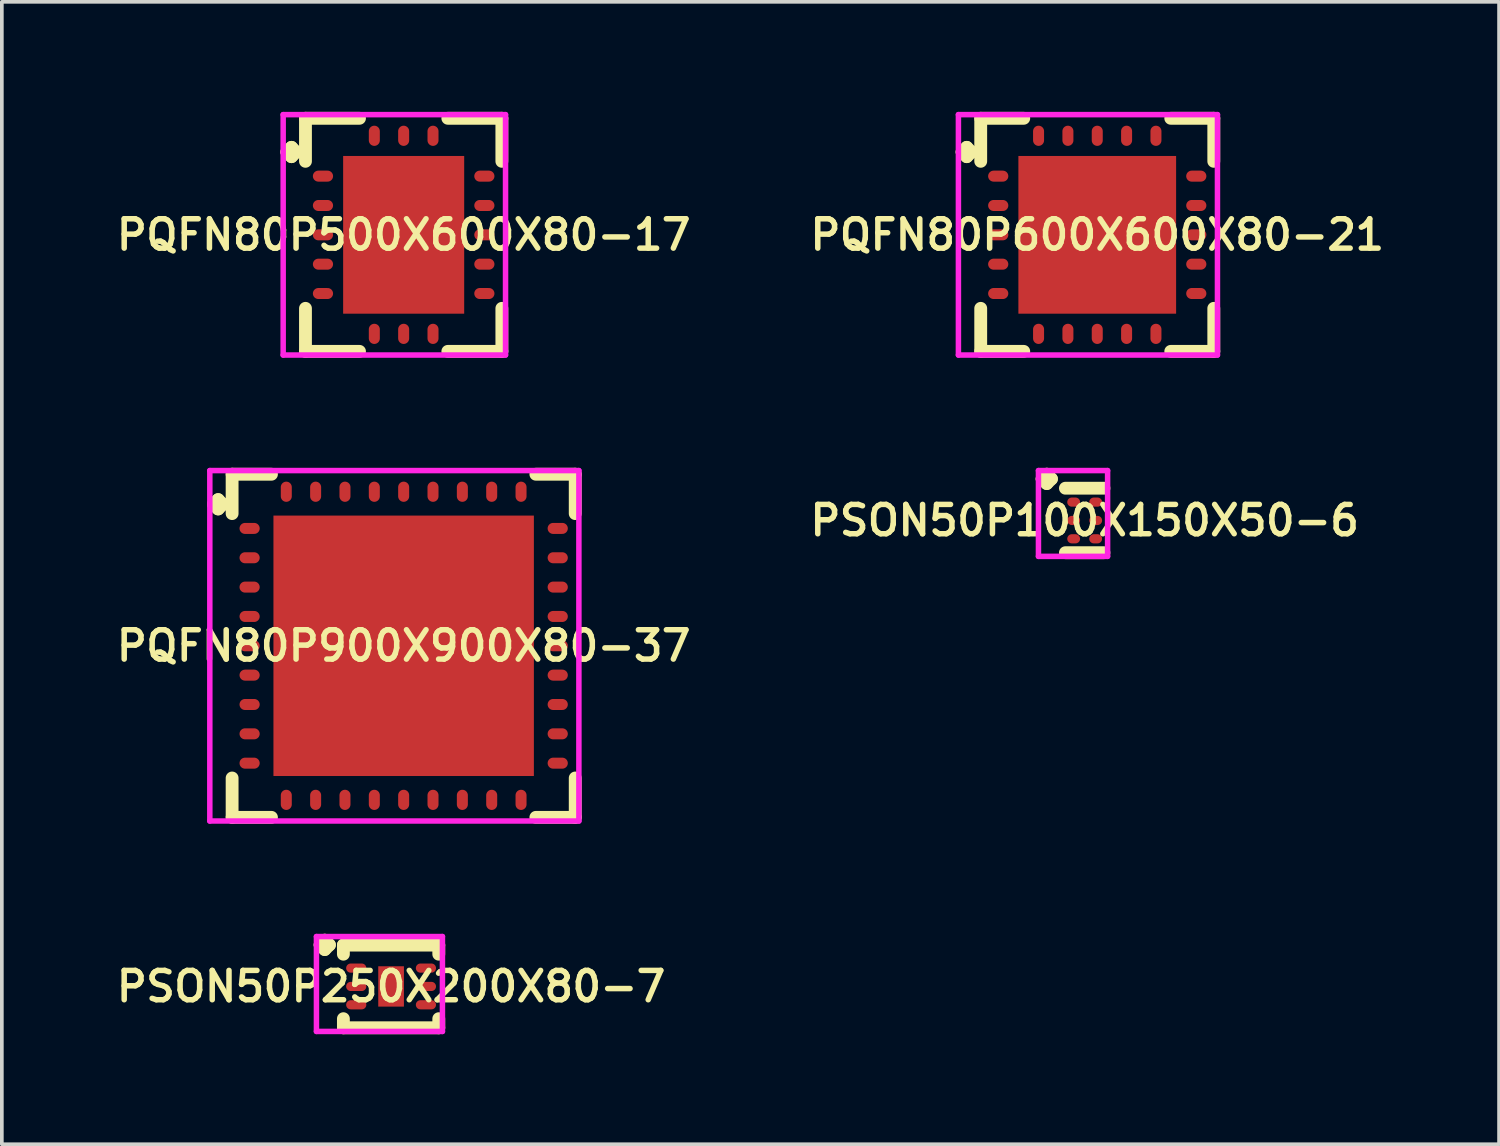
<source format=kicad_pcb>
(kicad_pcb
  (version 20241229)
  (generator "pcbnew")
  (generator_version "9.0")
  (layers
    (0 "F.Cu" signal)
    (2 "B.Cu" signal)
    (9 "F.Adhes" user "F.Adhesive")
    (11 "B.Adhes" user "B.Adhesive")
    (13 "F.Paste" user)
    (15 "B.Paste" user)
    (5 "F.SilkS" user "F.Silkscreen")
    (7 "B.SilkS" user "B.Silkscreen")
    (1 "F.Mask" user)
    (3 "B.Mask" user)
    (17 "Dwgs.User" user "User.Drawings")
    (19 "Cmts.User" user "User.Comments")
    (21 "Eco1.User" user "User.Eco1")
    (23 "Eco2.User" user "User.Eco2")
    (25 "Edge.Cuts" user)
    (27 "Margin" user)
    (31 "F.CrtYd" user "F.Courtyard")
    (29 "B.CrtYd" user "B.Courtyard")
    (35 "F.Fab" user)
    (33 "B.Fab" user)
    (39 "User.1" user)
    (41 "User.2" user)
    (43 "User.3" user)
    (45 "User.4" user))
  (footprint "PSON50P250X200X80-7"
    (layer "F.Cu")
    (at 7.612 23.843)
    (property "Reference" "PSON50P250X200X80-7" (at 0 0 0) (layer "F.SilkS") (effects (font (size 0.8 0.8) (thickness 0.15))))
    (attr through_hole)
    (fp_line (start -1.935 -1.133) (end -1.808 -1.26) (stroke (width 0.35) (type solid)) (layer "F.SilkS"))
    (fp_line (start -1.808 -1.26) (end -1.681 -1.133) (stroke (width 0.35) (type solid)) (layer "F.SilkS"))
    (fp_line (start -1.808 -1.006) (end -1.935 -1.133) (stroke (width 0.35) (type solid)) (layer "F.SilkS"))
    (fp_line (start -1.681 -1.133) (end -1.808 -1.006) (stroke (width 0.35) (type solid)) (layer "F.SilkS"))
    (fp_line (start -1.3 -1.127) (end 1.3 -1.127) (stroke (width 0.35) (type solid)) (layer "F.SilkS"))
    (fp_line (start -1.3 -0.879) (end -1.3 -1.127) (stroke (width 0.35) (type solid)) (layer "F.SilkS"))
    (fp_line (start -1.3 0.879) (end -1.3 1.127) (stroke (width 0.35) (type solid)) (layer "F.SilkS"))
    (fp_line (start -1.3 1.127) (end 1.3 1.127) (stroke (width 0.35) (type solid)) (layer "F.SilkS"))
    (fp_line (start 1.3 -1.127) (end 1.3 -0.879) (stroke (width 0.35) (type solid)) (layer "F.SilkS"))
    (fp_line (start 1.3 1.127) (end 1.3 0.879) (stroke (width 0.35) (type solid)) (layer "F.SilkS"))
    (fp_line (start -2.035 -1.36) (end 1.4 -1.36) (stroke (width 0.15) (type solid)) (layer "F.CrtYd"))
    (fp_line (start -2.035 1.227) (end -2.035 -1.36) (stroke (width 0.15) (type solid)) (layer "F.CrtYd"))
    (fp_line (start 1.4 -1.36) (end 1.4 1.227) (stroke (width 0.15) (type solid)) (layer "F.CrtYd"))
    (fp_line (start 1.4 1.227) (end -2.035 1.227) (stroke (width 0.15) (type solid)) (layer "F.CrtYd"))
    (pad "1" smd oval (at -0.95 -0.5) (size 0.55 0.25) (layers "F.Cu" "F.Mask" "F.Paste"))
    (pad "2" smd oval (at -0.95 0) (size 0.55 0.25) (layers "F.Cu" "F.Mask" "F.Paste"))
    (pad "3" smd oval (at -0.95 0.5) (size 0.55 0.25) (layers "F.Cu" "F.Mask" "F.Paste"))
    (pad "4" smd oval (at 0.95 0.5) (size 0.55 0.25) (layers "F.Cu" "F.Mask" "F.Paste"))
    (pad "5" smd oval (at 0.95 0) (size 0.55 0.25) (layers "F.Cu" "F.Mask" "F.Paste"))
    (pad "6" smd oval (at 0.95 -0.5) (size 0.55 0.25) (layers "F.Cu" "F.Mask" "F.Paste"))
    (pad "7" smd rect (at 0 0) (size 0.7 1.1) (layers "F.Cu" "F.Mask" "F.Paste")))
  (footprint "PQFN80P900X900X80-37"
    (layer "F.Cu")
    (at 7.955 14.556)
    (property "Reference" "PQFN80P900X900X80-37" (at 0 0 0) (layer "F.SilkS") (effects (font (size 0.8 0.8) (thickness 0.15))))
    (attr smd)
    (fp_line (start -5.185 -3.858) (end -5.058 -3.985) (stroke (width 0.35) (type solid)) (layer "F.SilkS"))
    (fp_line (start -5.058 -3.985) (end -4.931 -3.858) (stroke (width 0.35) (type solid)) (layer "F.SilkS"))
    (fp_line (start -5.058 -3.731) (end -5.185 -3.858) (stroke (width 0.35) (type solid)) (layer "F.SilkS"))
    (fp_line (start -4.931 -3.858) (end -5.058 -3.731) (stroke (width 0.35) (type solid)) (layer "F.SilkS"))
    (fp_line (start -4.677 -4.677) (end -3.604 -4.677) (stroke (width 0.35) (type solid)) (layer "F.SilkS"))
    (fp_line (start -4.677 -3.604) (end -4.677 -4.677) (stroke (width 0.35) (type solid)) (layer "F.SilkS"))
    (fp_line (start -4.677 3.604) (end -4.677 4.677) (stroke (width 0.35) (type solid)) (layer "F.SilkS"))
    (fp_line (start -4.677 4.677) (end -3.604 4.677) (stroke (width 0.35) (type solid)) (layer "F.SilkS"))
    (fp_line (start 3.604 -4.677) (end 4.677 -4.677) (stroke (width 0.35) (type solid)) (layer "F.SilkS"))
    (fp_line (start 3.604 4.677) (end 4.677 4.677) (stroke (width 0.35) (type solid)) (layer "F.SilkS"))
    (fp_line (start 4.677 -4.677) (end 4.677 -3.604) (stroke (width 0.35) (type solid)) (layer "F.SilkS"))
    (fp_line (start 4.677 4.677) (end 4.677 3.604) (stroke (width 0.35) (type solid)) (layer "F.SilkS"))
    (fp_line (start -5.285 -4.777) (end 4.777 -4.777) (stroke (width 0.15) (type solid)) (layer "F.CrtYd"))
    (fp_line (start -5.285 4.777) (end -5.285 -4.777) (stroke (width 0.15) (type solid)) (layer "F.CrtYd"))
    (fp_line (start 4.777 -4.777) (end 4.777 4.777) (stroke (width 0.15) (type solid)) (layer "F.CrtYd"))
    (fp_line (start 4.777 4.777) (end -5.285 4.777) (stroke (width 0.15) (type solid)) (layer "F.CrtYd"))
    (pad "1" smd oval (at -4.2 -3.2) (size 0.55 0.3) (layers "F.Cu" "F.Mask" "F.Paste"))
    (pad "2" smd oval (at -4.2 -2.4) (size 0.55 0.3) (layers "F.Cu" "F.Mask" "F.Paste"))
    (pad "3" smd oval (at -4.2 -1.6) (size 0.55 0.3) (layers "F.Cu" "F.Mask" "F.Paste"))
    (pad "4" smd oval (at -4.2 -0.8) (size 0.55 0.3) (layers "F.Cu" "F.Mask" "F.Paste"))
    (pad "5" smd oval (at -4.2 0) (size 0.55 0.3) (layers "F.Cu" "F.Mask" "F.Paste"))
    (pad "6" smd oval (at -4.2 0.8) (size 0.55 0.3) (layers "F.Cu" "F.Mask" "F.Paste"))
    (pad "7" smd oval (at -4.2 1.6) (size 0.55 0.3) (layers "F.Cu" "F.Mask" "F.Paste"))
    (pad "8" smd oval (at -4.2 2.4) (size 0.55 0.3) (layers "F.Cu" "F.Mask" "F.Paste"))
    (pad "9" smd oval (at -4.2 3.2) (size 0.55 0.3) (layers "F.Cu" "F.Mask" "F.Paste"))
    (pad "10" smd oval (at -3.2 4.2) (size 0.3 0.55) (layers "F.Cu" "F.Mask" "F.Paste"))
    (pad "11" smd oval (at -2.4 4.2) (size 0.3 0.55) (layers "F.Cu" "F.Mask" "F.Paste"))
    (pad "12" smd oval (at -1.6 4.2) (size 0.3 0.55) (layers "F.Cu" "F.Mask" "F.Paste"))
    (pad "13" smd oval (at -0.8 4.2) (size 0.3 0.55) (layers "F.Cu" "F.Mask" "F.Paste"))
    (pad "14" smd oval (at 0 4.2) (size 0.3 0.55) (layers "F.Cu" "F.Mask" "F.Paste"))
    (pad "15" smd oval (at 0.8 4.2) (size 0.3 0.55) (layers "F.Cu" "F.Mask" "F.Paste"))
    (pad "16" smd oval (at 1.6 4.2) (size 0.3 0.55) (layers "F.Cu" "F.Mask" "F.Paste"))
    (pad "17" smd oval (at 2.4 4.2) (size 0.3 0.55) (layers "F.Cu" "F.Mask" "F.Paste"))
    (pad "18" smd oval (at 3.2 4.2) (size 0.3 0.55) (layers "F.Cu" "F.Mask" "F.Paste"))
    (pad "19" smd oval (at 4.2 3.2) (size 0.55 0.3) (layers "F.Cu" "F.Mask" "F.Paste"))
    (pad "20" smd oval (at 4.2 2.4) (size 0.55 0.3) (layers "F.Cu" "F.Mask" "F.Paste"))
    (pad "21" smd oval (at 4.2 1.6) (size 0.55 0.3) (layers "F.Cu" "F.Mask" "F.Paste"))
    (pad "22" smd oval (at 4.2 0.8) (size 0.55 0.3) (layers "F.Cu" "F.Mask" "F.Paste"))
    (pad "23" smd oval (at 4.2 0) (size 0.55 0.3) (layers "F.Cu" "F.Mask" "F.Paste"))
    (pad "24" smd oval (at 4.2 -0.8) (size 0.55 0.3) (layers "F.Cu" "F.Mask" "F.Paste"))
    (pad "25" smd oval (at 4.2 -1.6) (size 0.55 0.3) (layers "F.Cu" "F.Mask" "F.Paste"))
    (pad "26" smd oval (at 4.2 -2.4) (size 0.55 0.3) (layers "F.Cu" "F.Mask" "F.Paste"))
    (pad "27" smd oval (at 4.2 -3.2) (size 0.55 0.3) (layers "F.Cu" "F.Mask" "F.Paste"))
    (pad "28" smd oval (at 3.2 -4.2) (size 0.3 0.55) (layers "F.Cu" "F.Mask" "F.Paste"))
    (pad "29" smd oval (at 2.4 -4.2) (size 0.3 0.55) (layers "F.Cu" "F.Mask" "F.Paste"))
    (pad "30" smd oval (at 1.6 -4.2) (size 0.3 0.55) (layers "F.Cu" "F.Mask" "F.Paste"))
    (pad "31" smd oval (at 0.8 -4.2) (size 0.3 0.55) (layers "F.Cu" "F.Mask" "F.Paste"))
    (pad "32" smd oval (at 0 -4.2) (size 0.3 0.55) (layers "F.Cu" "F.Mask" "F.Paste"))
    (pad "33" smd oval (at -0.8 -4.2) (size 0.3 0.55) (layers "F.Cu" "F.Mask" "F.Paste"))
    (pad "34" smd oval (at -1.6 -4.2) (size 0.3 0.55) (layers "F.Cu" "F.Mask" "F.Paste"))
    (pad "35" smd oval (at -2.4 -4.2) (size 0.3 0.55) (layers "F.Cu" "F.Mask" "F.Paste"))
    (pad "36" smd oval (at -3.2 -4.2) (size 0.3 0.55) (layers "F.Cu" "F.Mask" "F.Paste"))
    (pad "37" smd rect (at 0 0) (size 7.1 7.1) (layers "F.Cu" "F.Mask" "F.Paste")))
  (footprint "PSON50P100X150X50-6"
    (layer "F.Cu")
    (at 26.521 11.139)
    (property "Reference" "PSON50P100X150X50-6" (at 0 0 0) (layer "F.SilkS") (effects (font (size 0.8 0.8) (thickness 0.15))))
    (attr smd)
    (fp_line (start -1.16 -1.133) (end -1.033 -1.26) (stroke (width 0.35) (type solid)) (layer "F.SilkS"))
    (fp_line (start -1.033 -1.26) (end -0.906 -1.133) (stroke (width 0.35) (type solid)) (layer "F.SilkS"))
    (fp_line (start -1.033 -1.006) (end -1.16 -1.133) (stroke (width 0.35) (type solid)) (layer "F.SilkS"))
    (fp_line (start -0.906 -1.133) (end -1.033 -1.006) (stroke (width 0.35) (type solid)) (layer "F.SilkS"))
    (fp_line (start -0.525 -0.879) (end 0.525 -0.879) (stroke (width 0.35) (type solid)) (layer "F.SilkS"))
    (fp_line (start -0.525 0.879) (end 0.525 0.879) (stroke (width 0.35) (type solid)) (layer "F.SilkS"))
    (fp_line (start -1.26 -1.36) (end 0.625 -1.36) (stroke (width 0.15) (type solid)) (layer "F.CrtYd"))
    (fp_line (start -1.26 0.979) (end -1.26 -1.36) (stroke (width 0.15) (type solid)) (layer "F.CrtYd"))
    (fp_line (start 0.625 -1.36) (end 0.625 0.979) (stroke (width 0.15) (type solid)) (layer "F.CrtYd"))
    (fp_line (start 0.625 0.979) (end -1.26 0.979) (stroke (width 0.15) (type solid)) (layer "F.CrtYd"))
    (pad "1" smd oval (at -0.3 -0.5) (size 0.35 0.25) (layers "F.Cu" "F.Mask" "F.Paste"))
    (pad "2" smd oval (at -0.3 0) (size 0.35 0.25) (layers "F.Cu" "F.Mask" "F.Paste"))
    (pad "3" smd oval (at -0.3 0.5) (size 0.35 0.25) (layers "F.Cu" "F.Mask" "F.Paste"))
    (pad "4" smd oval (at 0.3 0.5) (size 0.35 0.25) (layers "F.Cu" "F.Mask" "F.Paste"))
    (pad "5" smd oval (at 0.3 0) (size 0.35 0.25) (layers "F.Cu" "F.Mask" "F.Paste"))
    (pad "6" smd oval (at 0.3 -0.5) (size 0.35 0.25) (layers "F.Cu" "F.Mask" "F.Paste")))
  (footprint "PQFN80P500X600X80-17"
    (layer "F.Cu")
    (at 7.955 3.352)
    (property "Reference" "PQFN80P500X600X80-17" (at 0 0 0) (layer "F.SilkS") (effects (font (size 0.8 0.8) (thickness 0.15))))
    (attr smd)
    (fp_line (start -3.185 -2.258) (end -3.058 -2.385) (stroke (width 0.35) (type solid)) (layer "F.SilkS"))
    (fp_line (start -3.058 -2.385) (end -2.931 -2.258) (stroke (width 0.35) (type solid)) (layer "F.SilkS"))
    (fp_line (start -3.058 -2.131) (end -3.185 -2.258) (stroke (width 0.35) (type solid)) (layer "F.SilkS"))
    (fp_line (start -2.931 -2.258) (end -3.058 -2.131) (stroke (width 0.35) (type solid)) (layer "F.SilkS"))
    (fp_line (start -2.677 -3.177) (end -1.204 -3.177) (stroke (width 0.35) (type solid)) (layer "F.SilkS"))
    (fp_line (start -2.677 -2.004) (end -2.677 -3.177) (stroke (width 0.35) (type solid)) (layer "F.SilkS"))
    (fp_line (start -2.677 2.004) (end -2.677 3.177) (stroke (width 0.35) (type solid)) (layer "F.SilkS"))
    (fp_line (start -2.677 3.177) (end -1.204 3.177) (stroke (width 0.35) (type solid)) (layer "F.SilkS"))
    (fp_line (start 1.204 -3.177) (end 2.677 -3.177) (stroke (width 0.35) (type solid)) (layer "F.SilkS"))
    (fp_line (start 1.204 3.177) (end 2.677 3.177) (stroke (width 0.35) (type solid)) (layer "F.SilkS"))
    (fp_line (start 2.677 -3.177) (end 2.677 -2.004) (stroke (width 0.35) (type solid)) (layer "F.SilkS"))
    (fp_line (start 2.677 3.177) (end 2.677 2.004) (stroke (width 0.35) (type solid)) (layer "F.SilkS"))
    (fp_line (start -3.285 -3.277) (end 2.777 -3.277) (stroke (width 0.15) (type solid)) (layer "F.CrtYd"))
    (fp_line (start -3.285 3.277) (end -3.285 -3.277) (stroke (width 0.15) (type solid)) (layer "F.CrtYd"))
    (fp_line (start 2.777 -3.277) (end 2.777 3.277) (stroke (width 0.15) (type solid)) (layer "F.CrtYd"))
    (fp_line (start 2.777 3.277) (end -3.285 3.277) (stroke (width 0.15) (type solid)) (layer "F.CrtYd"))
    (pad "1" smd oval (at -2.2 -1.6) (size 0.55 0.3) (layers "F.Cu" "F.Mask" "F.Paste"))
    (pad "2" smd oval (at -2.2 -0.8) (size 0.55 0.3) (layers "F.Cu" "F.Mask" "F.Paste"))
    (pad "3" smd oval (at -2.2 0) (size 0.55 0.3) (layers "F.Cu" "F.Mask" "F.Paste"))
    (pad "4" smd oval (at -2.2 0.8) (size 0.55 0.3) (layers "F.Cu" "F.Mask" "F.Paste"))
    (pad "5" smd oval (at -2.2 1.6) (size 0.55 0.3) (layers "F.Cu" "F.Mask" "F.Paste"))
    (pad "6" smd oval (at -0.8 2.7) (size 0.3 0.55) (layers "F.Cu" "F.Mask" "F.Paste"))
    (pad "7" smd oval (at 0 2.7) (size 0.3 0.55) (layers "F.Cu" "F.Mask" "F.Paste"))
    (pad "8" smd oval (at 0.8 2.7) (size 0.3 0.55) (layers "F.Cu" "F.Mask" "F.Paste"))
    (pad "9" smd oval (at 2.2 1.6) (size 0.55 0.3) (layers "F.Cu" "F.Mask" "F.Paste"))
    (pad "10" smd oval (at 2.2 0.8) (size 0.55 0.3) (layers "F.Cu" "F.Mask" "F.Paste"))
    (pad "11" smd oval (at 2.2 0) (size 0.55 0.3) (layers "F.Cu" "F.Mask" "F.Paste"))
    (pad "12" smd oval (at 2.2 -0.8) (size 0.55 0.3) (layers "F.Cu" "F.Mask" "F.Paste"))
    (pad "13" smd oval (at 2.2 -1.6) (size 0.55 0.3) (layers "F.Cu" "F.Mask" "F.Paste"))
    (pad "14" smd oval (at 0.8 -2.7) (size 0.3 0.55) (layers "F.Cu" "F.Mask" "F.Paste"))
    (pad "15" smd oval (at 0 -2.7) (size 0.3 0.55) (layers "F.Cu" "F.Mask" "F.Paste"))
    (pad "16" smd oval (at -0.8 -2.7) (size 0.3 0.55) (layers "F.Cu" "F.Mask" "F.Paste"))
    (pad "17" smd rect (at 0 0) (size 3.3 4.3) (layers "F.Cu" "F.Mask" "F.Paste")))
  (footprint "PQFN80P600X600X80-21"
    (layer "F.Cu")
    (at 26.864 3.352)
    (property "Reference" "PQFN80P600X600X80-21" (at 0 0 0) (layer "F.SilkS") (effects (font (size 0.8 0.8) (thickness 0.15))))
    (attr through_hole)
    (fp_line (start -3.685 -2.258) (end -3.558 -2.385) (stroke (width 0.35) (type solid)) (layer "F.SilkS"))
    (fp_line (start -3.558 -2.385) (end -3.431 -2.258) (stroke (width 0.35) (type solid)) (layer "F.SilkS"))
    (fp_line (start -3.558 -2.131) (end -3.685 -2.258) (stroke (width 0.35) (type solid)) (layer "F.SilkS"))
    (fp_line (start -3.431 -2.258) (end -3.558 -2.131) (stroke (width 0.35) (type solid)) (layer "F.SilkS"))
    (fp_line (start -3.177 -3.177) (end -2.004 -3.177) (stroke (width 0.35) (type solid)) (layer "F.SilkS"))
    (fp_line (start -3.177 -2.004) (end -3.177 -3.177) (stroke (width 0.35) (type solid)) (layer "F.SilkS"))
    (fp_line (start -3.177 2.004) (end -3.177 3.177) (stroke (width 0.35) (type solid)) (layer "F.SilkS"))
    (fp_line (start -3.177 3.177) (end -2.004 3.177) (stroke (width 0.35) (type solid)) (layer "F.SilkS"))
    (fp_line (start 2.004 -3.177) (end 3.177 -3.177) (stroke (width 0.35) (type solid)) (layer "F.SilkS"))
    (fp_line (start 2.004 3.177) (end 3.177 3.177) (stroke (width 0.35) (type solid)) (layer "F.SilkS"))
    (fp_line (start 3.177 -3.177) (end 3.177 -2.004) (stroke (width 0.35) (type solid)) (layer "F.SilkS"))
    (fp_line (start 3.177 3.177) (end 3.177 2.004) (stroke (width 0.35) (type solid)) (layer "F.SilkS"))
    (fp_line (start -3.785 -3.277) (end 3.277 -3.277) (stroke (width 0.15) (type solid)) (layer "F.CrtYd"))
    (fp_line (start -3.785 3.277) (end -3.785 -3.277) (stroke (width 0.15) (type solid)) (layer "F.CrtYd"))
    (fp_line (start 3.277 -3.277) (end 3.277 3.277) (stroke (width 0.15) (type solid)) (layer "F.CrtYd"))
    (fp_line (start 3.277 3.277) (end -3.785 3.277) (stroke (width 0.15) (type solid)) (layer "F.CrtYd"))
    (pad "1" smd oval (at -2.7 -1.6) (size 0.55 0.3) (layers "F.Cu" "F.Mask" "F.Paste"))
    (pad "2" smd oval (at -2.7 -0.8) (size 0.55 0.3) (layers "F.Cu" "F.Mask" "F.Paste"))
    (pad "3" smd oval (at -2.7 0) (size 0.55 0.3) (layers "F.Cu" "F.Mask" "F.Paste"))
    (pad "4" smd oval (at -2.7 0.8) (size 0.55 0.3) (layers "F.Cu" "F.Mask" "F.Paste"))
    (pad "5" smd oval (at -2.7 1.6) (size 0.55 0.3) (layers "F.Cu" "F.Mask" "F.Paste"))
    (pad "6" smd oval (at -1.6 2.7) (size 0.3 0.55) (layers "F.Cu" "F.Mask" "F.Paste"))
    (pad "7" smd oval (at -0.8 2.7) (size 0.3 0.55) (layers "F.Cu" "F.Mask" "F.Paste"))
    (pad "8" smd oval (at 0 2.7) (size 0.3 0.55) (layers "F.Cu" "F.Mask" "F.Paste"))
    (pad "9" smd oval (at 0.8 2.7) (size 0.3 0.55) (layers "F.Cu" "F.Mask" "F.Paste"))
    (pad "10" smd oval (at 1.6 2.7) (size 0.3 0.55) (layers "F.Cu" "F.Mask" "F.Paste"))
    (pad "11" smd oval (at 2.7 1.6) (size 0.55 0.3) (layers "F.Cu" "F.Mask" "F.Paste"))
    (pad "12" smd oval (at 2.7 0.8) (size 0.55 0.3) (layers "F.Cu" "F.Mask" "F.Paste"))
    (pad "13" smd oval (at 2.7 0) (size 0.55 0.3) (layers "F.Cu" "F.Mask" "F.Paste"))
    (pad "14" smd oval (at 2.7 -0.8) (size 0.55 0.3) (layers "F.Cu" "F.Mask" "F.Paste"))
    (pad "15" smd oval (at 2.7 -1.6) (size 0.55 0.3) (layers "F.Cu" "F.Mask" "F.Paste"))
    (pad "16" smd oval (at 1.6 -2.7) (size 0.3 0.55) (layers "F.Cu" "F.Mask" "F.Paste"))
    (pad "17" smd oval (at 0.8 -2.7) (size 0.3 0.55) (layers "F.Cu" "F.Mask" "F.Paste"))
    (pad "18" smd oval (at 0 -2.7) (size 0.3 0.55) (layers "F.Cu" "F.Mask" "F.Paste"))
    (pad "19" smd oval (at -0.8 -2.7) (size 0.3 0.55) (layers "F.Cu" "F.Mask" "F.Paste"))
    (pad "20" smd oval (at -1.6 -2.7) (size 0.3 0.55) (layers "F.Cu" "F.Mask" "F.Paste"))
    (pad "21" smd rect (at 0 0) (size 4.3 4.3) (layers "F.Cu" "F.Mask" "F.Paste")))
  (gr_rect
    (start -3 -3)
    (end 37.818 28.145)
    (stroke (width 0.1) (type default))
    (fill no)
    (layer "Edge.Cuts")))
</source>
